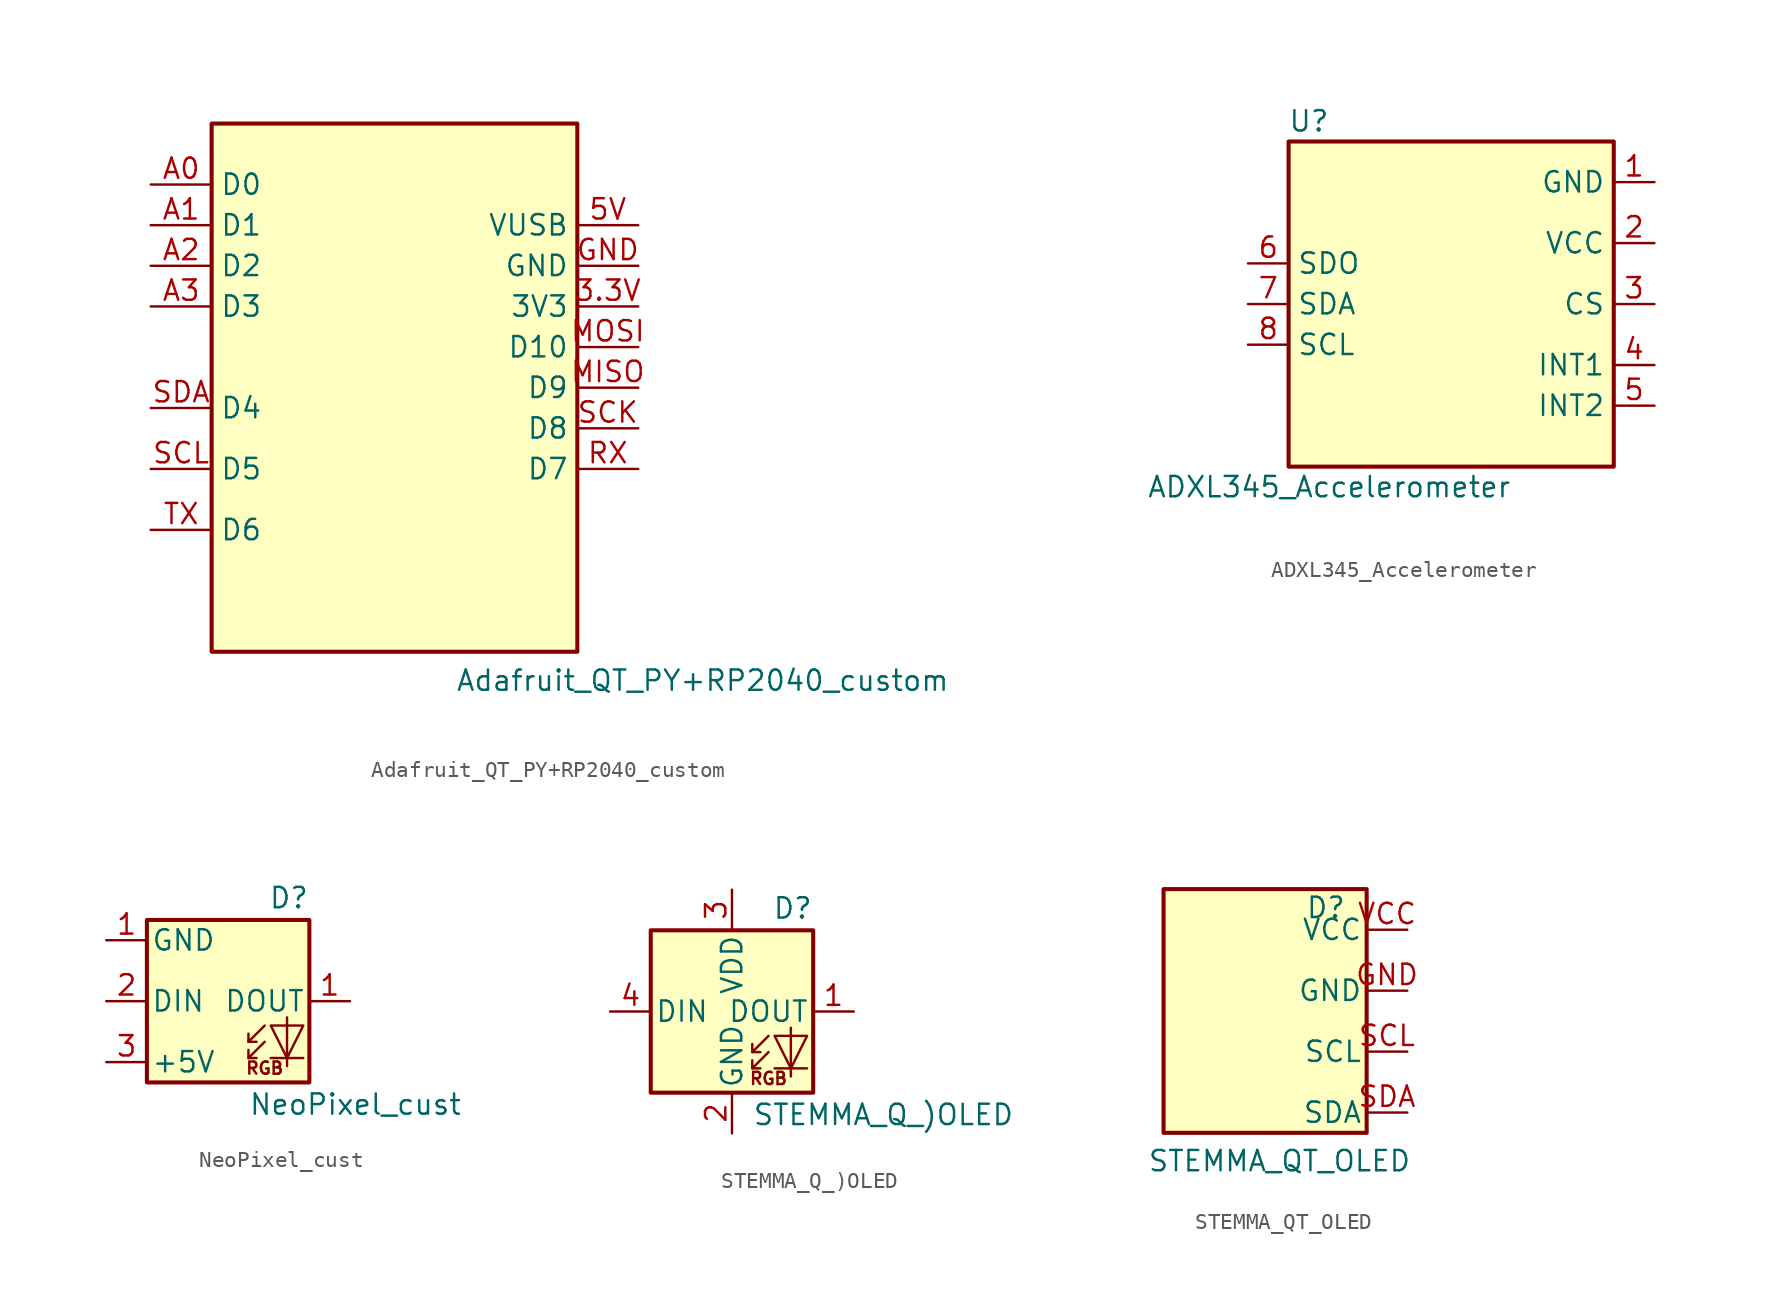
<source format=kicad_sym>
(kicad_symbol_lib
  (version 20241209)
  (generator "kicad_symbol_editor")
  (generator_version "9.0")
  (symbol "Adafruit_QT_PY+RP2040_custom"
    (property "Reference" "A"
      (at 7.62 19.05 0)
      (effects (font (size 1.27 1.27)) (justify left top) (hide yes)))
    (property "Value" "Adafruit_QT_PY+RP2040_custom"
      (at 3.81 -19.05 0)
      (effects (font (size 1.27 1.27)) (justify left bottom)))
    (symbol "Adafruit_QT_PY+RP2040_custom_0_1"
      (rectangle (start -11.43 16.51) (end 11.43 -16.51) (stroke (width 0.254) (type default)) (fill (type background))))
    (symbol "Adafruit_QT_PY+RP2040_custom_1_1"
      (pin input line (at -15.24 12.7 0) (length 3.81) (name "D0" (effects (font (size 1.27 1.27)))) (number "A0" (effects (font (size 1.27 1.27)))))
      (pin input line (at -15.24 10.16 0) (length 3.81) (name "D1" (effects (font (size 1.27 1.27)))) (number "A1" (effects (font (size 1.27 1.27)))))
      (pin input line (at -15.24 7.62 0) (length 3.81) (name "D2" (effects (font (size 1.27 1.27)))) (number "A2" (effects (font (size 1.27 1.27)))))
      (pin input line (at -15.24 5.08 0) (length 3.81) (name "D3" (effects (font (size 1.27 1.27)))) (number "A3" (effects (font (size 1.27 1.27)))))
      (pin output line (at -15.24 -1.27 0) (length 3.81) (name "D4" (effects (font (size 1.27 1.27)))) (number "SDA" (effects (font (size 1.27 1.27)))))
      (pin input line (at -15.24 -5.08 0) (length 3.81) (name "D5" (effects (font (size 1.27 1.27)))) (number "SCL" (effects (font (size 1.27 1.27)))))
      (pin output line (at -15.24 -8.89 0) (length 3.81) (name "D6" (effects (font (size 1.27 1.27)))) (number "TX" (effects (font (size 1.27 1.27)))))
      (pin power_in line (at 15.24 10.16 180) (length 3.81) (name "VUSB" (effects (font (size 1.27 1.27)))) (number "5V" (effects (font (size 1.27 1.27)))))
      (pin bidirectional line (at 15.24 7.62 180) (length 3.81) (name "GND" (effects (font (size 1.27 1.27)))) (number "GND" (effects (font (size 1.27 1.27)))))
      (pin power_in line (at 15.24 5.08 180) (length 3.81) (name "3V3" (effects (font (size 1.27 1.27)))) (number "3.3V" (effects (font (size 1.27 1.27)))))
      (pin bidirectional line (at 15.24 2.54 180) (length 3.81) (name "D10" (effects (font (size 1.27 1.27)))) (number "MOSI" (effects (font (size 1.27 1.27)))))
      (pin bidirectional line (at 15.24 0 180) (length 3.81) (name "D9" (effects (font (size 1.27 1.27)))) (number "MISO" (effects (font (size 1.27 1.27)))))
      (pin bidirectional line (at 15.24 -2.54 180) (length 3.81) (name "D8" (effects (font (size 1.27 1.27)))) (number "SCK" (effects (font (size 1.27 1.27)))))
      (pin bidirectional line (at 15.24 -5.08 180) (length 3.81) (name "D7" (effects (font (size 1.27 1.27)))) (number "RX" (effects (font (size 1.27 1.27)))))))
  (symbol "ADXL345_Accelerometer"
    (property "Reference" "U"
      (at -8.89 11.43 0)
      (effects (font (size 1.27 1.27))))
    (property "Value" "ADXL345_Accelerometer"
      (at -7.62 -11.43 0)
      (effects (font (size 1.27 1.27))))
    (symbol "ADXL345_Accelerometer_0_1"
      (rectangle (start -10.16 10.16) (end 10.16 -10.16) (stroke (width 0.254) (type default)) (fill (type background))))
    (symbol "ADXL345_Accelerometer_1_1"
      (pin bidirectional line (at -12.7 2.54 0) (length 2.54) (name "SDO" (effects (font (size 1.27 1.27)))) (number "6" (effects (font (size 1.27 1.27)))))
      (pin bidirectional line (at -12.7 0 0) (length 2.54) (name "SDA" (effects (font (size 1.27 1.27)))) (number "7" (effects (font (size 1.27 1.27)))))
      (pin input line (at -12.7 -2.54 0) (length 2.54) (name "SCL" (effects (font (size 1.27 1.27)))) (number "8" (effects (font (size 1.27 1.27)))))
      (pin no_connect line (at -5.08 -10.16 90) (length 2.54) (hide yes) (name "NC" (effects (font (size 1.27 1.27)))) (number "10" (effects (font (size 1.27 1.27)))))
      (pin passive line (at 0 -12.7 90) (length 2.54) (hide yes) (name "GND" (effects (font (size 1.27 1.27)))) (number "4" (effects (font (size 1.27 1.27)))))
      (pin passive line (at 0 -12.7 90) (length 2.54) (hide yes) (name "GND" (effects (font (size 1.27 1.27)))) (number "5" (effects (font (size 1.27 1.27)))))
      (pin power_in line (at 12.7 7.62 180) (length 2.54) (name "GND" (effects (font (size 1.27 1.27)))) (number "1" (effects (font (size 1.27 1.27)))))
      (pin power_in line (at 12.7 3.81 180) (length 2.54) (name "VCC" (effects (font (size 1.27 1.27)))) (number "2" (effects (font (size 1.27 1.27)))))
      (pin input line (at 12.7 0 180) (length 2.54) (name "CS" (effects (font (size 1.27 1.27)))) (number "3" (effects (font (size 1.27 1.27)))))
      (pin output line (at 12.7 -3.81 180) (length 2.54) (name "INT1" (effects (font (size 1.27 1.27)))) (number "4" (effects (font (size 1.27 1.27)))))
      (pin output line (at 12.7 -6.35 180) (length 2.54) (name "INT2" (effects (font (size 1.27 1.27)))) (number "5" (effects (font (size 1.27 1.27)))))))
  (symbol "NeoPixel_cust"
    (pin_names
      (offset 0.254))
    (property "Reference" "D"
      (at 5.08 5.715 0)
      (effects (font (size 1.27 1.27)) (justify right bottom)))
    (property "Value" "NeoPixel_cust"
      (at 1.27 -5.715 0)
      (effects (font (size 1.27 1.27)) (justify left top)))
    (symbol "NeoPixel_cust_0_0"
      (text "RGB" (at 2.286 -4.191 0) (effects (font (size 0.762 0.762)))))
    (symbol "NeoPixel_cust_0_1"
      (polyline (pts (xy 1.27 -2.54) (xy 1.778 -2.54)) (stroke (width 0) (type default)) (fill (type none)))
      (polyline (pts (xy 1.27 -3.556) (xy 1.778 -3.556)) (stroke (width 0) (type default)) (fill (type none)))
      (polyline (pts (xy 2.286 -1.524) (xy 1.27 -2.54) (xy 1.27 -2.032)) (stroke (width 0) (type default)) (fill (type none)))
      (polyline (pts (xy 2.286 -2.54) (xy 1.27 -3.556) (xy 1.27 -3.048)) (stroke (width 0) (type default)) (fill (type none)))
      (polyline (pts (xy 3.683 -1.016) (xy 3.683 -3.556) (xy 3.683 -4.064)) (stroke (width 0) (type default)) (fill (type none)))
      (polyline (pts (xy 4.699 -1.524) (xy 2.667 -1.524) (xy 3.683 -3.556) (xy 4.699 -1.524)) (stroke (width 0) (type default)) (fill (type none)))
      (polyline (pts (xy 4.699 -3.556) (xy 2.667 -3.556)) (stroke (width 0) (type default)) (fill (type none)))
      (rectangle (start 5.08 5.08) (end -5.08 -5.08) (stroke (width 0.254) (type default)) (fill (type background))))
    (symbol "NeoPixel_cust_1_1"
      (pin power_in line (at -7.62 3.81 0) (length 2.54) (name "GND" (effects (font (size 1.27 1.27)))) (number "1" (effects (font (size 1.27 1.27)))))
      (pin input line (at -7.62 0 0) (length 2.54) (name "DIN" (effects (font (size 1.27 1.27)))) (number "2" (effects (font (size 1.27 1.27)))))
      (pin power_in line (at -7.62 -3.81 0) (length 2.54) (name "+5V" (effects (font (size 1.27 1.27)))) (number "3" (effects (font (size 1.27 1.27)))))
      (pin output line (at 7.62 0 180) (length 2.54) (name "DOUT" (effects (font (size 1.27 1.27)))) (number "1" (effects (font (size 1.27 1.27)))))))
  (symbol "STEMMA_Q_)OLED"
    (pin_names
      (offset 0.254))
    (property "Reference" "D"
      (at 5.08 5.715 0)
      (effects (font (size 1.27 1.27)) (justify right bottom)))
    (property "Value" "STEMMA_Q_)OLED"
      (at 1.27 -5.715 0)
      (effects (font (size 1.27 1.27)) (justify left top)))
    (symbol "STEMMA_Q_)OLED_0_0"
      (text "RGB" (at 2.286 -4.191 0) (effects (font (size 0.762 0.762)))))
    (symbol "STEMMA_Q_)OLED_0_1"
      (polyline (pts (xy 1.27 -2.54) (xy 1.778 -2.54)) (stroke (width 0) (type default)) (fill (type none)))
      (polyline (pts (xy 1.27 -3.556) (xy 1.778 -3.556)) (stroke (width 0) (type default)) (fill (type none)))
      (polyline (pts (xy 2.286 -1.524) (xy 1.27 -2.54) (xy 1.27 -2.032)) (stroke (width 0) (type default)) (fill (type none)))
      (polyline (pts (xy 2.286 -2.54) (xy 1.27 -3.556) (xy 1.27 -3.048)) (stroke (width 0) (type default)) (fill (type none)))
      (polyline (pts (xy 3.683 -1.016) (xy 3.683 -3.556) (xy 3.683 -4.064)) (stroke (width 0) (type default)) (fill (type none)))
      (polyline (pts (xy 4.699 -1.524) (xy 2.667 -1.524) (xy 3.683 -3.556) (xy 4.699 -1.524)) (stroke (width 0) (type default)) (fill (type none)))
      (polyline (pts (xy 4.699 -3.556) (xy 2.667 -3.556)) (stroke (width 0) (type default)) (fill (type none)))
      (rectangle (start 5.08 5.08) (end -5.08 -5.08) (stroke (width 0.254) (type default)) (fill (type background))))
    (symbol "STEMMA_Q_)OLED_1_1"
      (pin input line (at -7.62 0 0) (length 2.54) (name "DIN" (effects (font (size 1.27 1.27)))) (number "4" (effects (font (size 1.27 1.27)))))
      (pin power_in line (at 0 7.62 270) (length 2.54) (name "VDD" (effects (font (size 1.27 1.27)))) (number "3" (effects (font (size 1.27 1.27)))))
      (pin power_in line (at 0 -7.62 90) (length 2.54) (name "GND" (effects (font (size 1.27 1.27)))) (number "2" (effects (font (size 1.27 1.27)))))
      (pin output line (at 7.62 0 180) (length 2.54) (name "DOUT" (effects (font (size 1.27 1.27)))) (number "1" (effects (font (size 1.27 1.27)))))))
  (symbol "STEMMA_QT_OLED"
    (pin_names
      (offset 0.254))
    (property "Reference" "D"
      (at 5.08 5.715 0)
      (effects (font (size 1.27 1.27)) (justify right bottom)))
    (property "Value" "STEMMA_QT_OLED"
      (at -7.366 -8.636 0)
      (effects (font (size 1.27 1.27)) (justify left top)))
    (symbol "STEMMA_QT_OLED_0_1"
      (rectangle (start -6.35 7.62) (end 6.35 -7.62) (stroke (width 0.254) (type default)) (fill (type background))))
    (symbol "STEMMA_QT_OLED_1_1"
      (pin power_in line (at 8.89 5.08 180) (length 2.54) (name "VCC" (effects (font (size 1.27 1.27)))) (number "VCC" (effects (font (size 1.27 1.27)))))
      (pin passive line (at 8.89 1.27 180) (length 2.54) (name "GND" (effects (font (size 1.27 1.27)))) (number "GND" (effects (font (size 1.27 1.27)))))
      (pin output line (at 8.89 -2.54 180) (length 2.54) (name "SCL" (effects (font (size 1.27 1.27)))) (number "SCL" (effects (font (size 1.27 1.27)))))
      (pin input line (at 8.89 -6.35 180) (length 2.54) (name "SDA" (effects (font (size 1.27 1.27)))) (number "SDA" (effects (font (size 1.27 1.27))))))))
</source>
